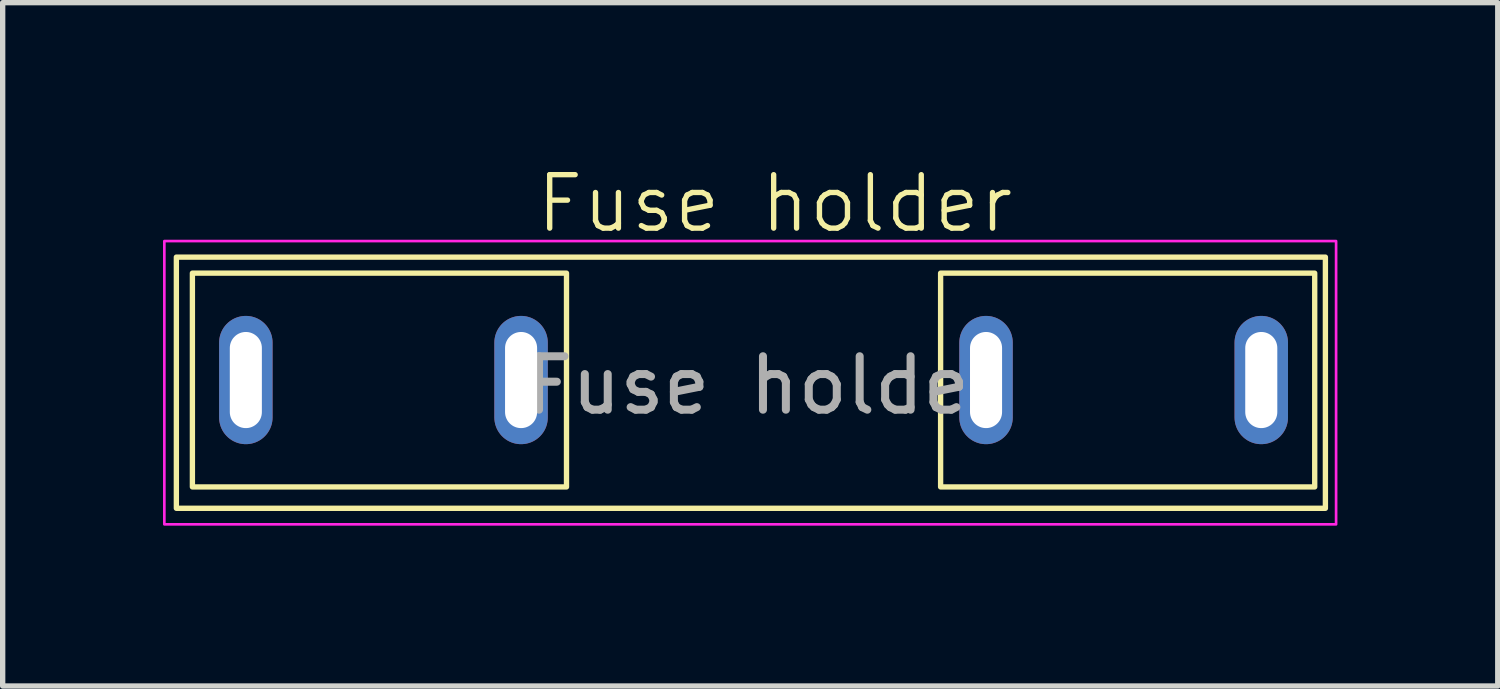
<source format=kicad_pcb>
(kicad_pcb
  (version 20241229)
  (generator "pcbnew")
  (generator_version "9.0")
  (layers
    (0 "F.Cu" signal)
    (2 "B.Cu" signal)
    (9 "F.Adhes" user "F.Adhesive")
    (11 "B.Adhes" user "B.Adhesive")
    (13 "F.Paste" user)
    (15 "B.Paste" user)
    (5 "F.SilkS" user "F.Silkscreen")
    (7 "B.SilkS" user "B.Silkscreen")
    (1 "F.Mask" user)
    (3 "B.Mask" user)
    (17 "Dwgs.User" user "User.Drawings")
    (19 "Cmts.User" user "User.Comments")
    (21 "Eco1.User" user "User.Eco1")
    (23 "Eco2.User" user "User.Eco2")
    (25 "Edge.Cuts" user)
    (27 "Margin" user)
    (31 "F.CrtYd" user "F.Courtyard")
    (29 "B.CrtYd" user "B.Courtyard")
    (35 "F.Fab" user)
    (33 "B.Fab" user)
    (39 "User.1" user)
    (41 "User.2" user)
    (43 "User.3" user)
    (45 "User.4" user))
  (footprint "Fuse holder"
    (layer "F.Cu")
    (at 11.45 4.061)
    (property "Reference" "Fuse holder" (at 0 -3.3 0) (unlocked yes) (layer "F.SilkS") (effects (font (size 1 1) (thickness 0.1))))
    (attr smd)
    (fp_rect (start -11.2 -2.3) (end 10.3 2.4) (stroke (width 0.1) (type default)) (fill no) (layer "F.SilkS"))
    (fp_rect (start -10.9 -2) (end -3.9 2) (stroke (width 0.1) (type default)) (fill no) (layer "F.SilkS"))
    (fp_rect (start 10.1 -2) (end 3.1 2) (stroke (width 0.1) (type default)) (fill no) (layer "F.SilkS"))
    (fp_rect (start -11.425 -2.6) (end 10.5 2.7) (stroke (width 0.05) (type default)) (fill no) (layer "F.CrtYd"))
    (fp_text user "${REFERENCE}" (at -0.2 0.1 0) (unlocked yes) (layer "F.Fab") (effects (font (size 1 1) (thickness 0.15))))
    (pad "1" thru_hole oval (at -9.9 0 90) (size 2.4 1) (drill oval 1.799 0.6) (layers "*.Cu" "*.Mask"))
    (pad "1" thru_hole oval (at -4.75 0 90) (size 2.4 1) (drill oval 1.799 0.6) (layers "*.Cu" "*.Mask"))
    (pad "1" thru_hole oval (at 3.95 0 90) (size 2.4 1) (drill oval 1.799 0.6) (layers "*.Cu" "*.Mask"))
    (pad "1" thru_hole oval (at 9.1 0 90) (size 2.4 1) (drill oval 1.799 0.6) (layers "*.Cu" "*.Mask")))
  (gr_rect
    (start -3 -3)
    (end 24.975 9.786)
    (stroke (width 0.1) (type default))
    (fill no)
    (layer "Edge.Cuts")))
</source>
